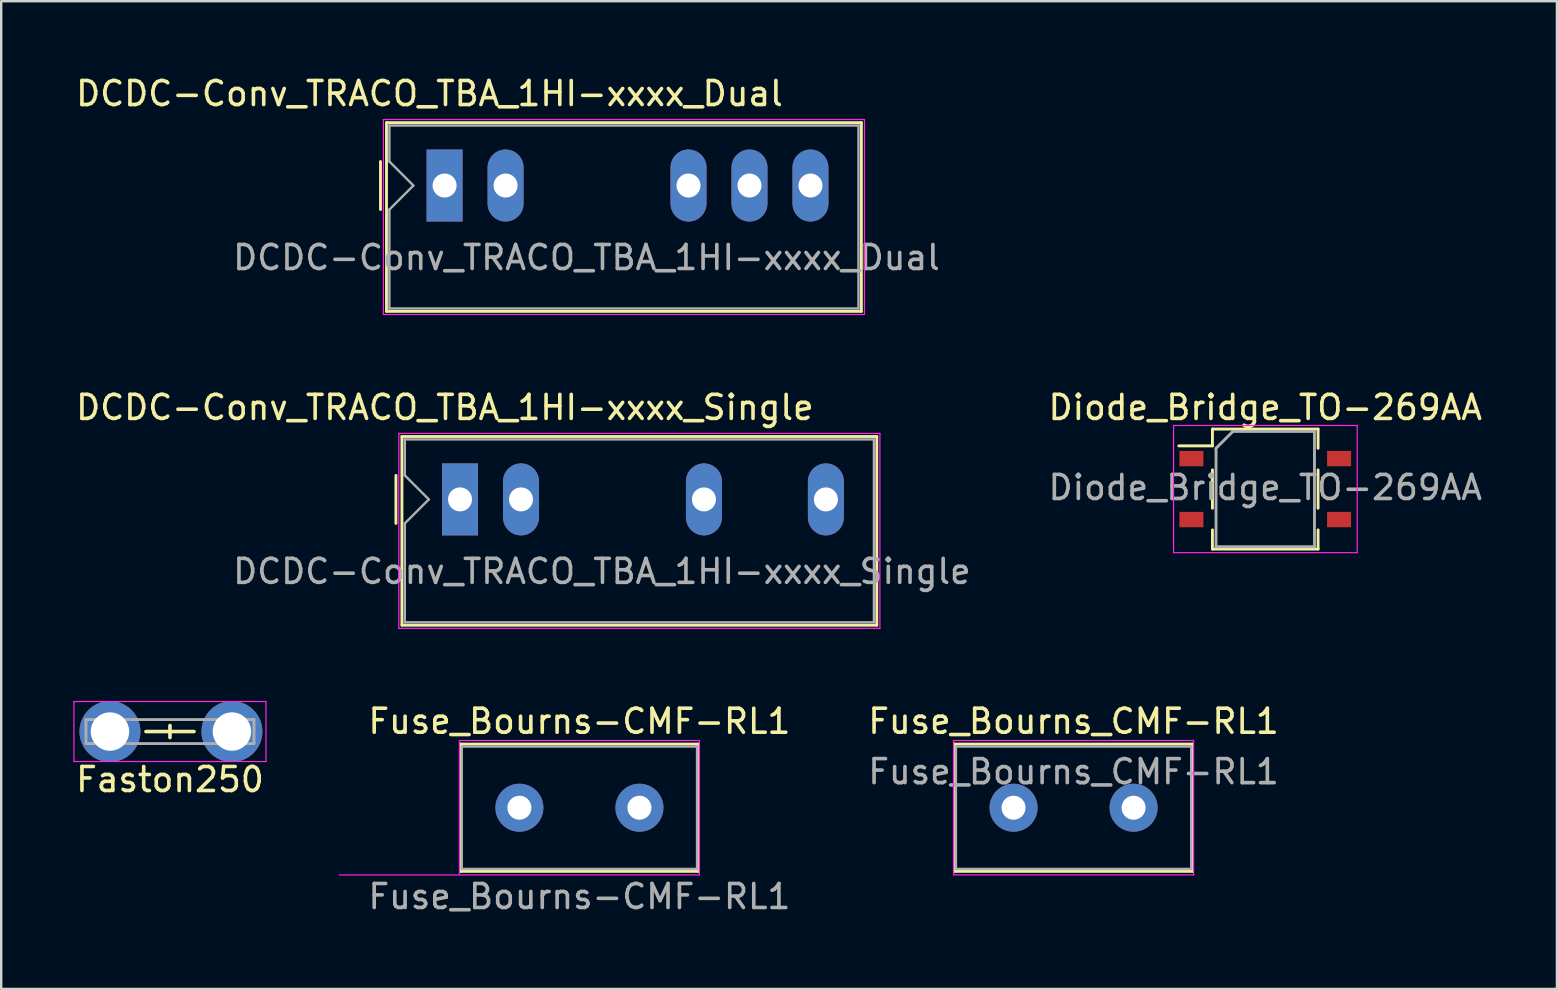
<source format=kicad_pcb>
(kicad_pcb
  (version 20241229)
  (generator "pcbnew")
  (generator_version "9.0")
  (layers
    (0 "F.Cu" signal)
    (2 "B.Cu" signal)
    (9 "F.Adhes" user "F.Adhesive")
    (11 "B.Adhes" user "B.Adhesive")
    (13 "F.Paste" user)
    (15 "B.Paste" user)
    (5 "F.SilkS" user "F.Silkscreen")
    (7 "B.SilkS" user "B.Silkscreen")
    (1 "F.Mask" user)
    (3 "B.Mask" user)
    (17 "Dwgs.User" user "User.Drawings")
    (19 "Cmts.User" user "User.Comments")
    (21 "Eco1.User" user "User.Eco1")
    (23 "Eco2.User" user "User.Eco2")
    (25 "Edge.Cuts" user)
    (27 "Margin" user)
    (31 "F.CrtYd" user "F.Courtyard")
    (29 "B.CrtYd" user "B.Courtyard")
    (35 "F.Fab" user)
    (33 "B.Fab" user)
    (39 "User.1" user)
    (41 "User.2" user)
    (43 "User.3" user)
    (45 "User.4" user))
  (footprint "DCDC-Conv_TRACO_TBA_1HI-xxxx_Single"
    (layer "F.Cu")
    (at 16.112 17.752)
    (property "Reference" "DCDC-Conv_TRACO_TBA_1HI-xxxx_Single" (at -0.63 -3.83 0) (layer "F.SilkS") (effects (font (size 1 1) (thickness 0.15))))
    (attr through_hole)
    (fp_line (start -2.67 -1) (end -2.67 1) (stroke (width 0.12) (type solid)) (layer "F.SilkS"))
    (fp_line (start -2.42 -2.62) (end 17.36 -2.62) (stroke (width 0.12) (type solid)) (layer "F.SilkS"))
    (fp_line (start -2.42 5.24) (end -2.42 -2.62) (stroke (width 0.12) (type solid)) (layer "F.SilkS"))
    (fp_line (start 17.36 -2.62) (end 17.36 5.24) (stroke (width 0.12) (type solid)) (layer "F.SilkS"))
    (fp_line (start 17.36 5.24) (end -2.42 5.24) (stroke (width 0.12) (type solid)) (layer "F.SilkS"))
    (fp_line (start -2.55 -2.75) (end -2.55 5.37) (stroke (width 0.05) (type solid)) (layer "F.CrtYd"))
    (fp_line (start -2.55 -2.75) (end 17.49 -2.75) (stroke (width 0.05) (type solid)) (layer "F.CrtYd"))
    (fp_line (start -2.55 5.37) (end 17.49 5.37) (stroke (width 0.05) (type solid)) (layer "F.CrtYd"))
    (fp_line (start 17.49 -2.75) (end 17.49 5.37) (stroke (width 0.05) (type solid)) (layer "F.CrtYd"))
    (fp_line (start -2.3 -1) (end -2.3 -2.5) (stroke (width 0.1) (type solid)) (layer "F.Fab"))
    (fp_line (start -2.3 -1) (end -1.3 0) (stroke (width 0.1) (type solid)) (layer "F.Fab"))
    (fp_line (start -2.3 1) (end -2.3 5.12) (stroke (width 0.1) (type solid)) (layer "F.Fab"))
    (fp_line (start -1.3 0) (end -2.3 1) (stroke (width 0.1) (type solid)) (layer "F.Fab"))
    (fp_line (start 17.24 -2.5) (end -2.3 -2.5) (stroke (width 0.1) (type solid)) (layer "F.Fab"))
    (fp_line (start 17.24 -2.5) (end 17.24 5.12) (stroke (width 0.1) (type solid)) (layer "F.Fab"))
    (fp_line (start 17.24 5.12) (end -2.3 5.12) (stroke (width 0.1) (type solid)) (layer "F.Fab"))
    (fp_text user "${REFERENCE}" (at 5.91 3 0) (layer "F.Fab") (effects (font (size 1 1) (thickness 0.15))))
    (pad "1" thru_hole rect (at 0 0) (size 1.5 3) (drill 1) (layers "*.Cu" "*.Mask"))
    (pad "2" thru_hole oval (at 2.54 0) (size 1.5 3) (drill 1) (layers "*.Cu" "*.Mask"))
    (pad "5" thru_hole oval (at 10.16 0) (size 1.5 3) (drill 1) (layers "*.Cu" "*.Mask"))
    (pad "7" thru_hole oval (at 15.24 0) (size 1.5 3) (drill 1) (layers "*.Cu" "*.Mask")))
  (footprint "Fuse_Bourns-CMF-RL1"
    (layer "F.Cu")
    (at 18.585 30.595)
    (property "Reference" "Fuse_Bourns-CMF-RL1" (at 2.5 -3.6 0) (layer "F.SilkS") (effects (font (size 1 1) (thickness 0.15))))
    (attr through_hole)
    (fp_line (start -2.45 -2.65) (end -2.45 2.65) (stroke (width 0.12) (type solid)) (layer "F.SilkS"))
    (fp_line (start -2.45 -2.65) (end 7.45 -2.65) (stroke (width 0.12) (type solid)) (layer "F.SilkS"))
    (fp_line (start 7.45 2.65) (end -2.45 2.65) (stroke (width 0.12) (type solid)) (layer "F.SilkS"))
    (fp_line (start 7.45 2.65) (end 7.45 -2.65) (stroke (width 0.12) (type solid)) (layer "F.SilkS"))
    (fp_line (start -2.5 -2.8) (end -2.5 2.8) (stroke (width 0.05) (type solid)) (layer "F.CrtYd"))
    (fp_line (start -2.5 -2.8) (end 7.5 -2.8) (stroke (width 0.05) (type solid)) (layer "F.CrtYd"))
    (fp_line (start 7.5 2.8) (end -7.5 2.8) (stroke (width 0.05) (type solid)) (layer "F.CrtYd"))
    (fp_line (start 7.5 2.8) (end 7.5 -2.8) (stroke (width 0.05) (type solid)) (layer "F.CrtYd"))
    (fp_line (start -2.4 -2.55) (end -2.4 2.55) (stroke (width 0.1) (type solid)) (layer "F.Fab"))
    (fp_line (start -2.4 2.55) (end 7.4 2.55) (stroke (width 0.1) (type solid)) (layer "F.Fab"))
    (fp_line (start 7.4 -2.55) (end -2.4 -2.55) (stroke (width 0.1) (type solid)) (layer "F.Fab"))
    (fp_line (start 7.4 2.55) (end 7.4 -2.55) (stroke (width 0.1) (type solid)) (layer "F.Fab"))
    (fp_text user "${REFERENCE}" (at 2.5 3.7 0) (layer "F.Fab") (effects (font (size 1 1) (thickness 0.15))))
    (pad "1" thru_hole circle (at 0 0) (size 2 2) (drill 1) (layers "*.Cu" "*.Mask"))
    (pad "2" thru_hole circle (at 5 0) (size 2 2) (drill 1) (layers "*.Cu" "*.Mask")))
  (footprint "Diode_Bridge_TO-269AA"
    (layer "F.Cu")
    (at 49.653 17.322)
    (property "Reference" "Diode_Bridge_TO-269AA" (at 0 -3.4 0) (layer "F.SilkS") (effects (font (size 1 1) (thickness 0.15))))
    (attr smd)
    (fp_line (start -2.2 -2.5) (end -2.2 -1.8) (stroke (width 0.12) (type solid)) (layer "F.SilkS"))
    (fp_line (start -2.2 -1.8) (end -3.6 -1.8) (stroke (width 0.12) (type solid)) (layer "F.SilkS"))
    (fp_line (start -2.2 -0.8) (end -2.2 0.8) (stroke (width 0.12) (type solid)) (layer "F.SilkS"))
    (fp_line (start -2.2 2.5) (end -2.2 1.7) (stroke (width 0.12) (type solid)) (layer "F.SilkS"))
    (fp_line (start 2.2 -2.5) (end -2.2 -2.5) (stroke (width 0.12) (type solid)) (layer "F.SilkS"))
    (fp_line (start 2.2 -1.7) (end 2.2 -2.5) (stroke (width 0.12) (type solid)) (layer "F.SilkS"))
    (fp_line (start 2.2 -0.8) (end 2.2 0.8) (stroke (width 0.12) (type solid)) (layer "F.SilkS"))
    (fp_line (start 2.2 1.7) (end 2.2 2.5) (stroke (width 0.12) (type solid)) (layer "F.SilkS"))
    (fp_line (start 2.2 2.5) (end -2.2 2.5) (stroke (width 0.12) (type solid)) (layer "F.SilkS"))
    (fp_line (start -3.82 -2.65) (end -3.82 2.65) (stroke (width 0.05) (type solid)) (layer "F.CrtYd"))
    (fp_line (start -3.82 -2.65) (end 3.83 -2.65) (stroke (width 0.05) (type solid)) (layer "F.CrtYd"))
    (fp_line (start 3.83 2.65) (end -3.82 2.65) (stroke (width 0.05) (type solid)) (layer "F.CrtYd"))
    (fp_line (start 3.83 2.65) (end 3.83 -2.65) (stroke (width 0.05) (type solid)) (layer "F.CrtYd"))
    (fp_line (start -2.05 -1.7) (end -1.35 -2.4) (stroke (width 0.12) (type solid)) (layer "F.Fab"))
    (fp_line (start -2.05 2.4) (end -2.05 -1.7) (stroke (width 0.12) (type solid)) (layer "F.Fab"))
    (fp_line (start -1.35 -2.4) (end 2.05 -2.4) (stroke (width 0.12) (type solid)) (layer "F.Fab"))
    (fp_line (start 2.05 -2.4) (end 2.05 2.4) (stroke (width 0.12) (type solid)) (layer "F.Fab"))
    (fp_line (start 2.05 2.4) (end -2.05 2.4) (stroke (width 0.12) (type solid)) (layer "F.Fab"))
    (fp_text user "${REFERENCE}" (at 0 -0.065 0) (layer "F.Fab") (effects (font (size 1 1) (thickness 0.15))))
    (pad "1" smd rect (at -3.075 -1.27) (size 1 0.64) (layers "F.Cu" "F.Mask" "F.Paste"))
    (pad "2" smd rect (at -3.075 1.27) (size 1 0.64) (layers "F.Cu" "F.Mask" "F.Paste"))
    (pad "3" smd rect (at 3.075 1.27) (size 1 0.64) (layers "F.Cu" "F.Mask" "F.Paste"))
    (pad "4" smd rect (at 3.075 -1.27) (size 1 0.64) (layers "F.Cu" "F.Mask" "F.Paste")))
  (footprint "Faston250"
    (layer "F.Cu")
    (at 1.53 27.422)
    (property "Reference" "Faston250" (at 2.5 2 0) (layer "F.SilkS") (effects (font (size 1 1) (thickness 0.15))))
    (attr through_hole)
    (fp_line (start 1.5 0) (end 3.5 0) (stroke (width 0.15) (type solid)) (layer "F.SilkS"))
    (fp_line (start 2.5 -0.25) (end 2.5 0.25) (stroke (width 0.15) (type solid)) (layer "F.SilkS"))
    (fp_line (start -1.5 -1.25) (end 6.5 -1.25) (stroke (width 0.05) (type solid)) (layer "F.CrtYd"))
    (fp_line (start -1.5 1.25) (end -1.5 -1.25) (stroke (width 0.05) (type solid)) (layer "F.CrtYd"))
    (fp_line (start 6.5 -1.25) (end 6.5 1.25) (stroke (width 0.05) (type solid)) (layer "F.CrtYd"))
    (fp_line (start 6.5 1.25) (end -1.5 1.25) (stroke (width 0.05) (type solid)) (layer "F.CrtYd"))
    (fp_line (start -1 -0.5) (end -1 0.5) (stroke (width 0.12) (type solid)) (layer "F.Fab"))
    (fp_line (start -1 0.5) (end 6 0.5) (stroke (width 0.12) (type solid)) (layer "F.Fab"))
    (fp_line (start 6 -0.5) (end -1 -0.5) (stroke (width 0.12) (type solid)) (layer "F.Fab"))
    (fp_line (start 6 0.5) (end 6 -0.5) (stroke (width 0.12) (type solid)) (layer "F.Fab"))
    (pad "1" thru_hole circle (at 0 0) (size 2.54 2.54) (drill 1.6) (layers "*.Cu" "*.Mask"))
    (pad "1" thru_hole circle (at 5.08 0) (size 2.54 2.54) (drill 1.6) (layers "*.Cu" "*.Mask")))
  (footprint "DCDC-Conv_TRACO_TBA_1HI-xxxx_Dual"
    (layer "F.Cu")
    (at 15.469 4.678)
    (property "Reference" "DCDC-Conv_TRACO_TBA_1HI-xxxx_Dual" (at -0.63 -3.83 0) (layer "F.SilkS") (effects (font (size 1 1) (thickness 0.15))))
    (attr through_hole)
    (fp_line (start -2.67 -1) (end -2.67 1) (stroke (width 0.12) (type solid)) (layer "F.SilkS"))
    (fp_line (start -2.42 -2.62) (end 17.36 -2.62) (stroke (width 0.12) (type solid)) (layer "F.SilkS"))
    (fp_line (start -2.42 5.24) (end -2.42 -2.62) (stroke (width 0.12) (type solid)) (layer "F.SilkS"))
    (fp_line (start 17.36 -2.62) (end 17.36 5.24) (stroke (width 0.12) (type solid)) (layer "F.SilkS"))
    (fp_line (start 17.36 5.24) (end -2.42 5.24) (stroke (width 0.12) (type solid)) (layer "F.SilkS"))
    (fp_line (start -2.55 -2.75) (end -2.55 5.37) (stroke (width 0.05) (type solid)) (layer "F.CrtYd"))
    (fp_line (start -2.55 -2.75) (end 17.49 -2.75) (stroke (width 0.05) (type solid)) (layer "F.CrtYd"))
    (fp_line (start -2.55 5.37) (end 17.49 5.37) (stroke (width 0.05) (type solid)) (layer "F.CrtYd"))
    (fp_line (start 17.49 -2.75) (end 17.49 5.37) (stroke (width 0.05) (type solid)) (layer "F.CrtYd"))
    (fp_line (start -2.3 -1) (end -2.3 -2.5) (stroke (width 0.1) (type solid)) (layer "F.Fab"))
    (fp_line (start -2.3 -1) (end -1.3 0) (stroke (width 0.1) (type solid)) (layer "F.Fab"))
    (fp_line (start -2.3 1) (end -2.3 5.12) (stroke (width 0.1) (type solid)) (layer "F.Fab"))
    (fp_line (start -1.3 0) (end -2.3 1) (stroke (width 0.1) (type solid)) (layer "F.Fab"))
    (fp_line (start 17.24 -2.5) (end -2.3 -2.5) (stroke (width 0.1) (type solid)) (layer "F.Fab"))
    (fp_line (start 17.24 -2.5) (end 17.24 5.12) (stroke (width 0.1) (type solid)) (layer "F.Fab"))
    (fp_line (start 17.24 5.12) (end -2.3 5.12) (stroke (width 0.1) (type solid)) (layer "F.Fab"))
    (fp_text user "${REFERENCE}" (at 5.91 3 0) (layer "F.Fab") (effects (font (size 1 1) (thickness 0.15))))
    (pad "1" thru_hole rect (at 0 0) (size 1.5 3) (drill 1) (layers "*.Cu" "*.Mask"))
    (pad "2" thru_hole oval (at 2.54 0) (size 1.5 3) (drill 1) (layers "*.Cu" "*.Mask"))
    (pad "5" thru_hole oval (at 10.16 0) (size 1.5 3) (drill 1) (layers "*.Cu" "*.Mask"))
    (pad "6" thru_hole oval (at 12.7 0) (size 1.5 3) (drill 1) (layers "*.Cu" "*.Mask"))
    (pad "7" thru_hole oval (at 15.24 0) (size 1.5 3) (drill 1) (layers "*.Cu" "*.Mask")))
  (footprint "Fuse_Bourns_CMF-RL1"
    (layer "F.Cu")
    (at 39.168 30.595)
    (property "Reference" "Fuse_Bourns_CMF-RL1" (at 2.5 -3.6 0) (layer "F.SilkS") (effects (font (size 1 1) (thickness 0.15))))
    (attr through_hole)
    (fp_line (start -2.45 -2.65) (end -2.45 2.65) (stroke (width 0.12) (type solid)) (layer "F.SilkS"))
    (fp_line (start -2.45 -2.65) (end 7.45 -2.65) (stroke (width 0.12) (type solid)) (layer "F.SilkS"))
    (fp_line (start 7.45 2.65) (end -2.45 2.65) (stroke (width 0.12) (type solid)) (layer "F.SilkS"))
    (fp_line (start 7.45 2.65) (end 7.45 -2.65) (stroke (width 0.12) (type solid)) (layer "F.SilkS"))
    (fp_line (start -2.5 -2.8) (end -2.5 2.8) (stroke (width 0.05) (type solid)) (layer "F.CrtYd"))
    (fp_line (start -2.5 -2.8) (end 7.5 -2.8) (stroke (width 0.05) (type solid)) (layer "F.CrtYd"))
    (fp_line (start 7.5 2.8) (end -2.5 2.8) (stroke (width 0.05) (type solid)) (layer "F.CrtYd"))
    (fp_line (start 7.5 2.8) (end 7.5 -2.8) (stroke (width 0.05) (type solid)) (layer "F.CrtYd"))
    (fp_line (start -2.4 -2.55) (end -2.4 2.55) (stroke (width 0.1) (type solid)) (layer "F.Fab"))
    (fp_line (start -2.4 2.55) (end 7.4 2.55) (stroke (width 0.1) (type solid)) (layer "F.Fab"))
    (fp_line (start 7.4 -2.55) (end -2.4 -2.55) (stroke (width 0.1) (type solid)) (layer "F.Fab"))
    (fp_line (start 7.4 2.55) (end 7.4 -2.55) (stroke (width 0.1) (type solid)) (layer "F.Fab"))
    (fp_text user "${REFERENCE}" (at 2.5 -1.5 0) (layer "F.Fab") (effects (font (size 1 1) (thickness 0.15))))
    (pad "1" thru_hole circle (at 0 0) (size 2 2) (drill 1) (layers "*.Cu" "*.Mask"))
    (pad "2" thru_hole circle (at 5 0) (size 2 2) (drill 1) (layers "*.Cu" "*.Mask")))
  (gr_rect
    (start -3 -3)
    (end 61.802 38.143)
    (stroke (width 0.1) (type default))
    (fill no)
    (layer "Edge.Cuts")))
</source>
